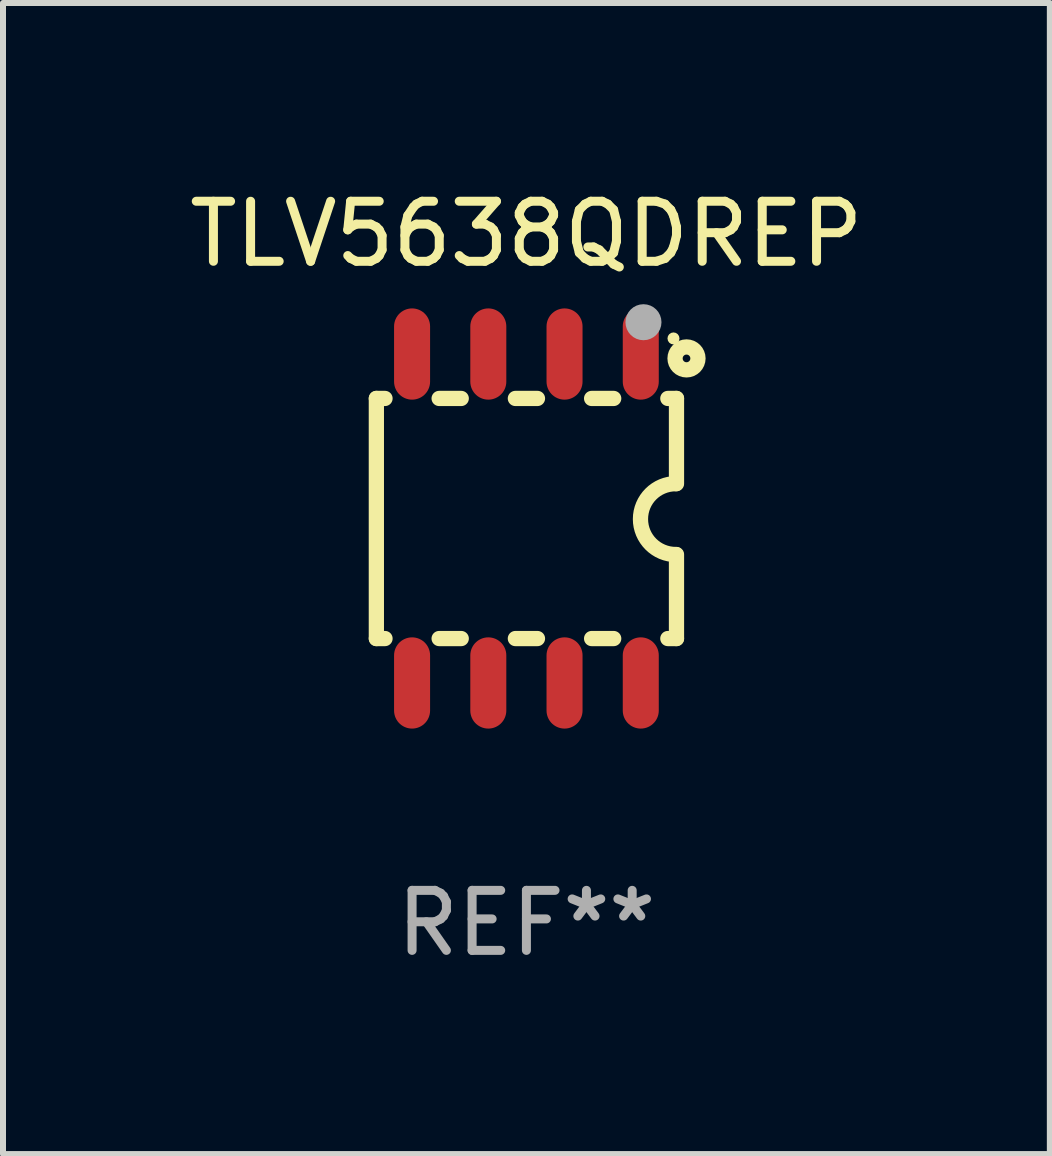
<source format=kicad_pcb>
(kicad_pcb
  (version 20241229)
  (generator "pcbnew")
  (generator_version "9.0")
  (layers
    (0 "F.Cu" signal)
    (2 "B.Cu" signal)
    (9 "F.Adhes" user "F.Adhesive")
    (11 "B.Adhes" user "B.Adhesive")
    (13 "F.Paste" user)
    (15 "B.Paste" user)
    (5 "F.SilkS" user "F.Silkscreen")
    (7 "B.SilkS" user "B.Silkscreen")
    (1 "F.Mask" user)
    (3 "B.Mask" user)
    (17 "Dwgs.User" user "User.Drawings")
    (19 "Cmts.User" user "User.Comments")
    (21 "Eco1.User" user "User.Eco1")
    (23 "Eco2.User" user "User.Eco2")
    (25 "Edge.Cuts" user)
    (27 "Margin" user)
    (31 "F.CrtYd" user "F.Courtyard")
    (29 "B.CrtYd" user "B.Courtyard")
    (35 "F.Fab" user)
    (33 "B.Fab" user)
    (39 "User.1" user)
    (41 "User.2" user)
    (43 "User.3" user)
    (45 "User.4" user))
  (footprint "TLV5638QDREP"
    (layer "F.Cu")
    (at 5.72 5.588)
    (property "Reference" "TLV5638QDREP" (at 0 -4.74 0) (layer "F.SilkS") (effects (font (size 1 1) (thickness 0.15))))
    (attr through_hole)
    (fp_line (start -2.5 2) (end -2.5 -2) (stroke (width 0.254) (type solid)) (layer "F.SilkS"))
    (fp_line (start -2.356 -2) (end -2.5 -2) (stroke (width 0.254) (type solid)) (layer "F.SilkS"))
    (fp_line (start -2.356 2) (end -2.5 2) (stroke (width 0.254) (type solid)) (layer "F.SilkS"))
    (fp_line (start -1.086 -2) (end -1.454 -2) (stroke (width 0.254) (type solid)) (layer "F.SilkS"))
    (fp_line (start -1.086 2) (end -1.454 2) (stroke (width 0.254) (type solid)) (layer "F.SilkS"))
    (fp_line (start 0.184 -2) (end -0.184 -2) (stroke (width 0.254) (type solid)) (layer "F.SilkS"))
    (fp_line (start 0.184 2) (end -0.184 2) (stroke (width 0.254) (type solid)) (layer "F.SilkS"))
    (fp_line (start 1.454 -2) (end 1.086 -2) (stroke (width 0.254) (type solid)) (layer "F.SilkS"))
    (fp_line (start 1.454 2) (end 1.086 2) (stroke (width 0.254) (type solid)) (layer "F.SilkS"))
    (fp_line (start 2.5 -2) (end 2.356 -2) (stroke (width 0.254) (type solid)) (layer "F.SilkS"))
    (fp_line (start 2.5 -0.58) (end 2.5 -2) (stroke (width 0.254) (type solid)) (layer "F.SilkS"))
    (fp_line (start 2.5 2) (end 2.356 2) (stroke (width 0.254) (type solid)) (layer "F.SilkS"))
    (fp_line (start 2.5 2) (end 2.5 0.6) (stroke (width 0.254) (type solid)) (layer "F.SilkS"))
    (fp_arc (start 2.489992 0.600051) (mid 1.901674 0.010046) (end 2.489992 -0.579959) (stroke (width 0.254001) (type solid)) (layer "F.SilkS"))
    (fp_circle (center 2.45 -3) (end 2.5 -3) (stroke (width 0.1) (type solid)) (fill no) (layer "F.SilkS"))
    (fp_circle (center 2.667 -2.667) (end 2.858 -2.667) (stroke (width 0.254) (type solid)) (fill no) (layer "F.SilkS"))
    (fp_circle (center 1.95 -3.27) (end 2.1 -3.27) (stroke (width 0.3) (type solid)) (fill no) (layer "F.Fab"))
    (fp_text user "REF**" (at 0 6.74 0) (layer "F.Fab") (effects (font (size 1 1) (thickness 0.15))))
    (pad "1" smd oval (at 1.905 -2.74) (size 0.6 1.52) (layers "F.Cu" "F.Mask" "F.Paste"))
    (pad "2" smd oval (at 0.635 -2.74) (size 0.6 1.52) (layers "F.Cu" "F.Mask" "F.Paste"))
    (pad "3" smd oval (at -0.635 -2.74) (size 0.6 1.52) (layers "F.Cu" "F.Mask" "F.Paste"))
    (pad "4" smd oval (at -1.905 -2.74) (size 0.6 1.52) (layers "F.Cu" "F.Mask" "F.Paste"))
    (pad "5" smd oval (at -1.905 2.74) (size 0.6 1.52) (layers "F.Cu" "F.Mask" "F.Paste"))
    (pad "6" smd oval (at -0.635 2.74) (size 0.6 1.52) (layers "F.Cu" "F.Mask" "F.Paste"))
    (pad "7" smd oval (at 0.635 2.74) (size 0.6 1.52) (layers "F.Cu" "F.Mask" "F.Paste"))
    (pad "8" smd oval (at 1.905 2.74) (size 0.6 1.52) (layers "F.Cu" "F.Mask" "F.Paste")))
  (gr_rect
    (start -3 -3)
    (end 14.44 16.176)
    (stroke (width 0.1) (type default))
    (fill no)
    (layer "Edge.Cuts")))
</source>
